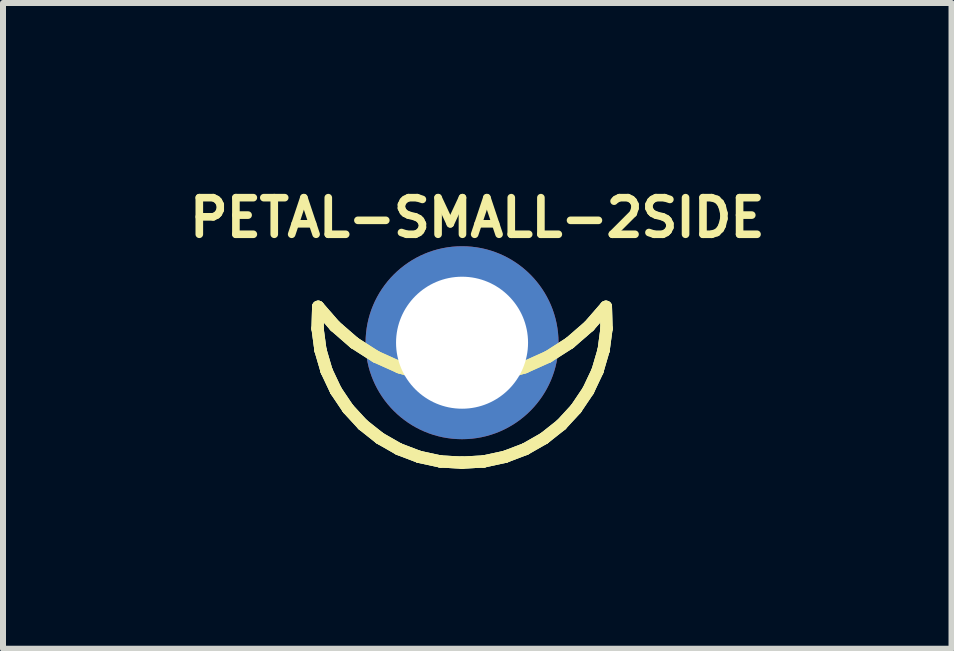
<source format=kicad_pcb>
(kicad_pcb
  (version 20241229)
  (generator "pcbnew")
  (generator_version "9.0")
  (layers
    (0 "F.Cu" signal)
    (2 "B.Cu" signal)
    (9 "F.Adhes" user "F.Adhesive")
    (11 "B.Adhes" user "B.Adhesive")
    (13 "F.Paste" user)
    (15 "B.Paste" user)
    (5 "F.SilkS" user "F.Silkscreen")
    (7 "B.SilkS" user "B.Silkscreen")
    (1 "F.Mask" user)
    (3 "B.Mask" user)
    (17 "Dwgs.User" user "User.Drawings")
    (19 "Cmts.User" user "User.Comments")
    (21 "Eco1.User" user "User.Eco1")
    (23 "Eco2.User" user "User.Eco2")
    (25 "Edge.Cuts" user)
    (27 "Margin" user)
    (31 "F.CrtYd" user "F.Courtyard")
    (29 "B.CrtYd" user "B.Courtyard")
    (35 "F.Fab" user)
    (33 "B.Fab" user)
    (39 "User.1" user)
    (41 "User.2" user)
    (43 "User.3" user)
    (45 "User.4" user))
  (footprint "PETAL-SMALL-2SIDE"
    (layer "F.Cu")
    (at 4.651 2.662)
    (property "Reference" "PETAL-SMALL-2SIDE" (at 0.254 -2.083 0) (layer "F.SilkS") (effects (font (size 0.61 0.61) (thickness 0.127))))
    (attr exclude_from_pos_files exclude_from_bom)
    (fp_line (start -2.408 -0.236) (end -2.36 0.122) (stroke (width 0.203) (type solid)) (layer "B.Cu"))
    (fp_line (start -2.398 -0.599) (end -2.408 -0.236) (stroke (width 0.203) (type solid)) (layer "B.Cu"))
    (fp_line (start -2.36 0.122) (end -2.258 0.47) (stroke (width 0.203) (type solid)) (layer "B.Cu"))
    (fp_line (start -2.258 0.47) (end -2.103 0.798) (stroke (width 0.203) (type solid)) (layer "B.Cu"))
    (fp_line (start -2.118 -0.277) (end -2.398 -0.599) (stroke (width 0.203) (type solid)) (layer "B.Cu"))
    (fp_line (start -2.103 0.798) (end -1.9 1.1) (stroke (width 0.203) (type solid)) (layer "B.Cu"))
    (fp_line (start -1.9 1.1) (end -1.654 1.367) (stroke (width 0.203) (type solid)) (layer "B.Cu"))
    (fp_line (start -1.796 0.003) (end -2.118 -0.277) (stroke (width 0.203) (type solid)) (layer "B.Cu"))
    (fp_line (start -1.654 1.367) (end -1.369 1.593) (stroke (width 0.203) (type solid)) (layer "B.Cu"))
    (fp_line (start -1.435 0.234) (end -1.796 0.003) (stroke (width 0.203) (type solid)) (layer "B.Cu"))
    (fp_line (start -1.369 1.593) (end -1.054 1.773) (stroke (width 0.203) (type solid)) (layer "B.Cu"))
    (fp_line (start -1.054 1.773) (end -0.716 1.902) (stroke (width 0.203) (type solid)) (layer "B.Cu"))
    (fp_line (start -1.046 0.409) (end -1.435 0.234) (stroke (width 0.203) (type solid)) (layer "B.Cu"))
    (fp_line (start -0.716 1.902) (end -0.361 1.979) (stroke (width 0.203) (type solid)) (layer "B.Cu"))
    (fp_line (start -0.635 0.531) (end -1.046 0.409) (stroke (width 0.203) (type solid)) (layer "B.Cu"))
    (fp_line (start -0.361 1.979) (end 0 1.999) (stroke (width 0.203) (type solid)) (layer "B.Cu"))
    (fp_line (start -0.213 0.592) (end -0.635 0.531) (stroke (width 0.203) (type solid)) (layer "B.Cu"))
    (fp_line (start 0 1.999) (end 0.361 1.979) (stroke (width 0.203) (type solid)) (layer "B.Cu"))
    (fp_line (start 0.213 0.592) (end -0.213 0.592) (stroke (width 0.203) (type solid)) (layer "B.Cu"))
    (fp_line (start 0.361 1.979) (end 0.716 1.902) (stroke (width 0.203) (type solid)) (layer "B.Cu"))
    (fp_line (start 0.635 0.531) (end 0.213 0.592) (stroke (width 0.203) (type solid)) (layer "B.Cu"))
    (fp_line (start 0.716 1.902) (end 1.054 1.773) (stroke (width 0.203) (type solid)) (layer "B.Cu"))
    (fp_line (start 1.046 0.409) (end 0.635 0.531) (stroke (width 0.203) (type solid)) (layer "B.Cu"))
    (fp_line (start 1.054 1.773) (end 1.369 1.593) (stroke (width 0.203) (type solid)) (layer "B.Cu"))
    (fp_line (start 1.369 1.593) (end 1.654 1.367) (stroke (width 0.203) (type solid)) (layer "B.Cu"))
    (fp_line (start 1.435 0.234) (end 1.046 0.409) (stroke (width 0.203) (type solid)) (layer "B.Cu"))
    (fp_line (start 1.654 1.367) (end 1.9 1.1) (stroke (width 0.203) (type solid)) (layer "B.Cu"))
    (fp_line (start 1.796 0.003) (end 1.435 0.234) (stroke (width 0.203) (type solid)) (layer "B.Cu"))
    (fp_line (start 1.9 1.1) (end 2.103 0.798) (stroke (width 0.203) (type solid)) (layer "B.Cu"))
    (fp_line (start 2.103 0.798) (end 2.258 0.47) (stroke (width 0.203) (type solid)) (layer "B.Cu"))
    (fp_line (start 2.118 -0.277) (end 1.796 0.003) (stroke (width 0.203) (type solid)) (layer "B.Cu"))
    (fp_line (start 2.258 0.47) (end 2.36 0.122) (stroke (width 0.203) (type solid)) (layer "B.Cu"))
    (fp_line (start 2.36 0.122) (end 2.408 -0.236) (stroke (width 0.203) (type solid)) (layer "B.Cu"))
    (fp_line (start 2.398 -0.599) (end 2.118 -0.277) (stroke (width 0.203) (type solid)) (layer "B.Cu"))
    (fp_line (start 2.408 -0.236) (end 2.398 -0.599) (stroke (width 0.203) (type solid)) (layer "B.Cu"))
    (fp_line (start -2.408 -0.236) (end -2.398 -0.599) (stroke (width 0.203) (type solid)) (layer "F.SilkS"))
    (fp_line (start -2.408 -0.236) (end -2.36 0.122) (stroke (width 0.203) (type solid)) (layer "F.SilkS"))
    (fp_line (start -2.398 -0.599) (end -2.408 -0.236) (stroke (width 0.203) (type solid)) (layer "F.SilkS"))
    (fp_line (start -2.398 -0.599) (end -2.118 -0.277) (stroke (width 0.203) (type solid)) (layer "F.SilkS"))
    (fp_line (start -2.36 0.122) (end -2.408 -0.236) (stroke (width 0.203) (type solid)) (layer "F.SilkS"))
    (fp_line (start -2.36 0.122) (end -2.258 0.47) (stroke (width 0.203) (type solid)) (layer "F.SilkS"))
    (fp_line (start -2.258 0.47) (end -2.36 0.122) (stroke (width 0.203) (type solid)) (layer "F.SilkS"))
    (fp_line (start -2.258 0.47) (end -2.103 0.798) (stroke (width 0.203) (type solid)) (layer "F.SilkS"))
    (fp_line (start -2.118 -0.277) (end -2.398 -0.599) (stroke (width 0.203) (type solid)) (layer "F.SilkS"))
    (fp_line (start -2.118 -0.277) (end -1.796 0.003) (stroke (width 0.203) (type solid)) (layer "F.SilkS"))
    (fp_line (start -2.103 0.798) (end -2.258 0.47) (stroke (width 0.203) (type solid)) (layer "F.SilkS"))
    (fp_line (start -2.103 0.798) (end -1.9 1.1) (stroke (width 0.203) (type solid)) (layer "F.SilkS"))
    (fp_line (start -1.9 1.1) (end -2.103 0.798) (stroke (width 0.203) (type solid)) (layer "F.SilkS"))
    (fp_line (start -1.9 1.1) (end -1.654 1.367) (stroke (width 0.203) (type solid)) (layer "F.SilkS"))
    (fp_line (start -1.796 0.003) (end -2.118 -0.277) (stroke (width 0.203) (type solid)) (layer "F.SilkS"))
    (fp_line (start -1.796 0.003) (end -1.435 0.234) (stroke (width 0.203) (type solid)) (layer "F.SilkS"))
    (fp_line (start -1.654 1.367) (end -1.9 1.1) (stroke (width 0.203) (type solid)) (layer "F.SilkS"))
    (fp_line (start -1.654 1.367) (end -1.369 1.593) (stroke (width 0.203) (type solid)) (layer "F.SilkS"))
    (fp_line (start -1.435 0.234) (end -1.796 0.003) (stroke (width 0.203) (type solid)) (layer "F.SilkS"))
    (fp_line (start -1.435 0.234) (end -1.046 0.409) (stroke (width 0.203) (type solid)) (layer "F.SilkS"))
    (fp_line (start -1.369 1.593) (end -1.654 1.367) (stroke (width 0.203) (type solid)) (layer "F.SilkS"))
    (fp_line (start -1.369 1.593) (end -1.054 1.773) (stroke (width 0.203) (type solid)) (layer "F.SilkS"))
    (fp_line (start -1.054 1.773) (end -1.369 1.593) (stroke (width 0.203) (type solid)) (layer "F.SilkS"))
    (fp_line (start -1.054 1.773) (end -0.716 1.902) (stroke (width 0.203) (type solid)) (layer "F.SilkS"))
    (fp_line (start -1.046 0.409) (end -1.435 0.234) (stroke (width 0.203) (type solid)) (layer "F.SilkS"))
    (fp_line (start -1.046 0.409) (end -0.635 0.531) (stroke (width 0.203) (type solid)) (layer "F.SilkS"))
    (fp_line (start -0.716 1.902) (end -1.054 1.773) (stroke (width 0.203) (type solid)) (layer "F.SilkS"))
    (fp_line (start -0.716 1.902) (end -0.361 1.979) (stroke (width 0.203) (type solid)) (layer "F.SilkS"))
    (fp_line (start -0.635 0.531) (end -1.046 0.409) (stroke (width 0.203) (type solid)) (layer "F.SilkS"))
    (fp_line (start -0.635 0.531) (end -0.213 0.592) (stroke (width 0.203) (type solid)) (layer "F.SilkS"))
    (fp_line (start -0.361 1.979) (end -0.716 1.902) (stroke (width 0.203) (type solid)) (layer "F.SilkS"))
    (fp_line (start -0.361 1.979) (end 0 1.999) (stroke (width 0.203) (type solid)) (layer "F.SilkS"))
    (fp_line (start -0.213 0.592) (end -0.635 0.531) (stroke (width 0.203) (type solid)) (layer "F.SilkS"))
    (fp_line (start -0.213 0.592) (end 0.213 0.592) (stroke (width 0.203) (type solid)) (layer "F.SilkS"))
    (fp_line (start 0 1.999) (end -0.361 1.979) (stroke (width 0.203) (type solid)) (layer "F.SilkS"))
    (fp_line (start 0 1.999) (end 0.361 1.979) (stroke (width 0.203) (type solid)) (layer "F.SilkS"))
    (fp_line (start 0.213 0.592) (end -0.213 0.592) (stroke (width 0.203) (type solid)) (layer "F.SilkS"))
    (fp_line (start 0.213 0.592) (end 0.635 0.531) (stroke (width 0.203) (type solid)) (layer "F.SilkS"))
    (fp_line (start 0.361 1.979) (end 0 1.999) (stroke (width 0.203) (type solid)) (layer "F.SilkS"))
    (fp_line (start 0.361 1.979) (end 0.716 1.902) (stroke (width 0.203) (type solid)) (layer "F.SilkS"))
    (fp_line (start 0.635 0.531) (end 0.213 0.592) (stroke (width 0.203) (type solid)) (layer "F.SilkS"))
    (fp_line (start 0.635 0.531) (end 1.046 0.409) (stroke (width 0.203) (type solid)) (layer "F.SilkS"))
    (fp_line (start 0.716 1.902) (end 0.361 1.979) (stroke (width 0.203) (type solid)) (layer "F.SilkS"))
    (fp_line (start 0.716 1.902) (end 1.054 1.773) (stroke (width 0.203) (type solid)) (layer "F.SilkS"))
    (fp_line (start 1.046 0.409) (end 0.635 0.531) (stroke (width 0.203) (type solid)) (layer "F.SilkS"))
    (fp_line (start 1.046 0.409) (end 1.435 0.234) (stroke (width 0.203) (type solid)) (layer "F.SilkS"))
    (fp_line (start 1.054 1.773) (end 0.716 1.902) (stroke (width 0.203) (type solid)) (layer "F.SilkS"))
    (fp_line (start 1.054 1.773) (end 1.369 1.593) (stroke (width 0.203) (type solid)) (layer "F.SilkS"))
    (fp_line (start 1.369 1.593) (end 1.054 1.773) (stroke (width 0.203) (type solid)) (layer "F.SilkS"))
    (fp_line (start 1.369 1.593) (end 1.654 1.367) (stroke (width 0.203) (type solid)) (layer "F.SilkS"))
    (fp_line (start 1.435 0.234) (end 1.046 0.409) (stroke (width 0.203) (type solid)) (layer "F.SilkS"))
    (fp_line (start 1.435 0.234) (end 1.796 0.003) (stroke (width 0.203) (type solid)) (layer "F.SilkS"))
    (fp_line (start 1.654 1.367) (end 1.369 1.593) (stroke (width 0.203) (type solid)) (layer "F.SilkS"))
    (fp_line (start 1.654 1.367) (end 1.9 1.1) (stroke (width 0.203) (type solid)) (layer "F.SilkS"))
    (fp_line (start 1.796 0.003) (end 1.435 0.234) (stroke (width 0.203) (type solid)) (layer "F.SilkS"))
    (fp_line (start 1.796 0.003) (end 2.118 -0.277) (stroke (width 0.203) (type solid)) (layer "F.SilkS"))
    (fp_line (start 1.9 1.1) (end 1.654 1.367) (stroke (width 0.203) (type solid)) (layer "F.SilkS"))
    (fp_line (start 1.9 1.1) (end 2.103 0.798) (stroke (width 0.203) (type solid)) (layer "F.SilkS"))
    (fp_line (start 2.103 0.798) (end 1.9 1.1) (stroke (width 0.203) (type solid)) (layer "F.SilkS"))
    (fp_line (start 2.103 0.798) (end 2.258 0.47) (stroke (width 0.203) (type solid)) (layer "F.SilkS"))
    (fp_line (start 2.118 -0.277) (end 1.796 0.003) (stroke (width 0.203) (type solid)) (layer "F.SilkS"))
    (fp_line (start 2.118 -0.277) (end 2.398 -0.599) (stroke (width 0.203) (type solid)) (layer "F.SilkS"))
    (fp_line (start 2.258 0.47) (end 2.103 0.798) (stroke (width 0.203) (type solid)) (layer "F.SilkS"))
    (fp_line (start 2.258 0.47) (end 2.36 0.122) (stroke (width 0.203) (type solid)) (layer "F.SilkS"))
    (fp_line (start 2.36 0.122) (end 2.258 0.47) (stroke (width 0.203) (type solid)) (layer "F.SilkS"))
    (fp_line (start 2.36 0.122) (end 2.408 -0.236) (stroke (width 0.203) (type solid)) (layer "F.SilkS"))
    (fp_line (start 2.398 -0.599) (end 2.118 -0.277) (stroke (width 0.203) (type solid)) (layer "F.SilkS"))
    (fp_line (start 2.398 -0.599) (end 2.408 -0.236) (stroke (width 0.203) (type solid)) (layer "F.SilkS"))
    (fp_line (start 2.408 -0.236) (end 2.36 0.122) (stroke (width 0.203) (type solid)) (layer "F.SilkS"))
    (fp_line (start 2.408 -0.236) (end 2.398 -0.599) (stroke (width 0.203) (type solid)) (layer "F.SilkS"))
    (fp_line (start -2.408 -0.236) (end -2.398 -0.599) (stroke (width 0.203) (type solid)) (layer "B.Adhes"))
    (fp_line (start -2.398 -0.599) (end -2.118 -0.277) (stroke (width 0.203) (type solid)) (layer "B.Adhes"))
    (fp_line (start -2.36 0.122) (end -2.408 -0.236) (stroke (width 0.203) (type solid)) (layer "B.Adhes"))
    (fp_line (start -2.258 0.47) (end -2.36 0.122) (stroke (width 0.203) (type solid)) (layer "B.Adhes"))
    (fp_line (start -2.118 -0.277) (end -1.796 0.003) (stroke (width 0.203) (type solid)) (layer "B.Adhes"))
    (fp_line (start -2.103 0.798) (end -2.258 0.47) (stroke (width 0.203) (type solid)) (layer "B.Adhes"))
    (fp_line (start -1.9 1.1) (end -2.103 0.798) (stroke (width 0.203) (type solid)) (layer "B.Adhes"))
    (fp_line (start -1.796 0.003) (end -1.435 0.234) (stroke (width 0.203) (type solid)) (layer "B.Adhes"))
    (fp_line (start -1.654 1.367) (end -1.9 1.1) (stroke (width 0.203) (type solid)) (layer "B.Adhes"))
    (fp_line (start -1.435 0.234) (end -1.046 0.409) (stroke (width 0.203) (type solid)) (layer "B.Adhes"))
    (fp_line (start -1.369 1.593) (end -1.654 1.367) (stroke (width 0.203) (type solid)) (layer "B.Adhes"))
    (fp_line (start -1.054 1.773) (end -1.369 1.593) (stroke (width 0.203) (type solid)) (layer "B.Adhes"))
    (fp_line (start -1.046 0.409) (end -0.635 0.531) (stroke (width 0.203) (type solid)) (layer "B.Adhes"))
    (fp_line (start -0.716 1.902) (end -1.054 1.773) (stroke (width 0.203) (type solid)) (layer "B.Adhes"))
    (fp_line (start -0.635 0.531) (end -0.213 0.592) (stroke (width 0.203) (type solid)) (layer "B.Adhes"))
    (fp_line (start -0.361 1.979) (end -0.716 1.902) (stroke (width 0.203) (type solid)) (layer "B.Adhes"))
    (fp_line (start -0.213 0.592) (end 0.213 0.592) (stroke (width 0.203) (type solid)) (layer "B.Adhes"))
    (fp_line (start 0 1.999) (end -0.361 1.979) (stroke (width 0.203) (type solid)) (layer "B.Adhes"))
    (fp_line (start 0.213 0.592) (end 0.635 0.531) (stroke (width 0.203) (type solid)) (layer "B.Adhes"))
    (fp_line (start 0.361 1.979) (end 0 1.999) (stroke (width 0.203) (type solid)) (layer "B.Adhes"))
    (fp_line (start 0.635 0.531) (end 1.046 0.409) (stroke (width 0.203) (type solid)) (layer "B.Adhes"))
    (fp_line (start 0.716 1.902) (end 0.361 1.979) (stroke (width 0.203) (type solid)) (layer "B.Adhes"))
    (fp_line (start 1.046 0.409) (end 1.435 0.234) (stroke (width 0.203) (type solid)) (layer "B.Adhes"))
    (fp_line (start 1.054 1.773) (end 0.716 1.902) (stroke (width 0.203) (type solid)) (layer "B.Adhes"))
    (fp_line (start 1.369 1.593) (end 1.054 1.773) (stroke (width 0.203) (type solid)) (layer "B.Adhes"))
    (fp_line (start 1.435 0.234) (end 1.796 0.003) (stroke (width 0.203) (type solid)) (layer "B.Adhes"))
    (fp_line (start 1.654 1.367) (end 1.369 1.593) (stroke (width 0.203) (type solid)) (layer "B.Adhes"))
    (fp_line (start 1.796 0.003) (end 2.118 -0.277) (stroke (width 0.203) (type solid)) (layer "B.Adhes"))
    (fp_line (start 1.9 1.1) (end 1.654 1.367) (stroke (width 0.203) (type solid)) (layer "B.Adhes"))
    (fp_line (start 2.103 0.798) (end 1.9 1.1) (stroke (width 0.203) (type solid)) (layer "B.Adhes"))
    (fp_line (start 2.118 -0.277) (end 2.398 -0.599) (stroke (width 0.203) (type solid)) (layer "B.Adhes"))
    (fp_line (start 2.258 0.47) (end 2.103 0.798) (stroke (width 0.203) (type solid)) (layer "B.Adhes"))
    (fp_line (start 2.36 0.122) (end 2.258 0.47) (stroke (width 0.203) (type solid)) (layer "B.Adhes"))
    (fp_line (start 2.398 -0.599) (end 2.408 -0.236) (stroke (width 0.203) (type solid)) (layer "B.Adhes"))
    (fp_line (start 2.408 -0.236) (end 2.36 0.122) (stroke (width 0.203) (type solid)) (layer "B.Adhes"))
    (pad "1" thru_hole circle (at 0 0) (size 3.216 3.216) (drill 2.2) (layers "*.Cu" "*.Paste" "*.Mask")))
  (gr_rect
    (start -3 -3)
    (end 12.809 7.763)
    (stroke (width 0.1) (type default))
    (fill no)
    (layer "Edge.Cuts")))
</source>
